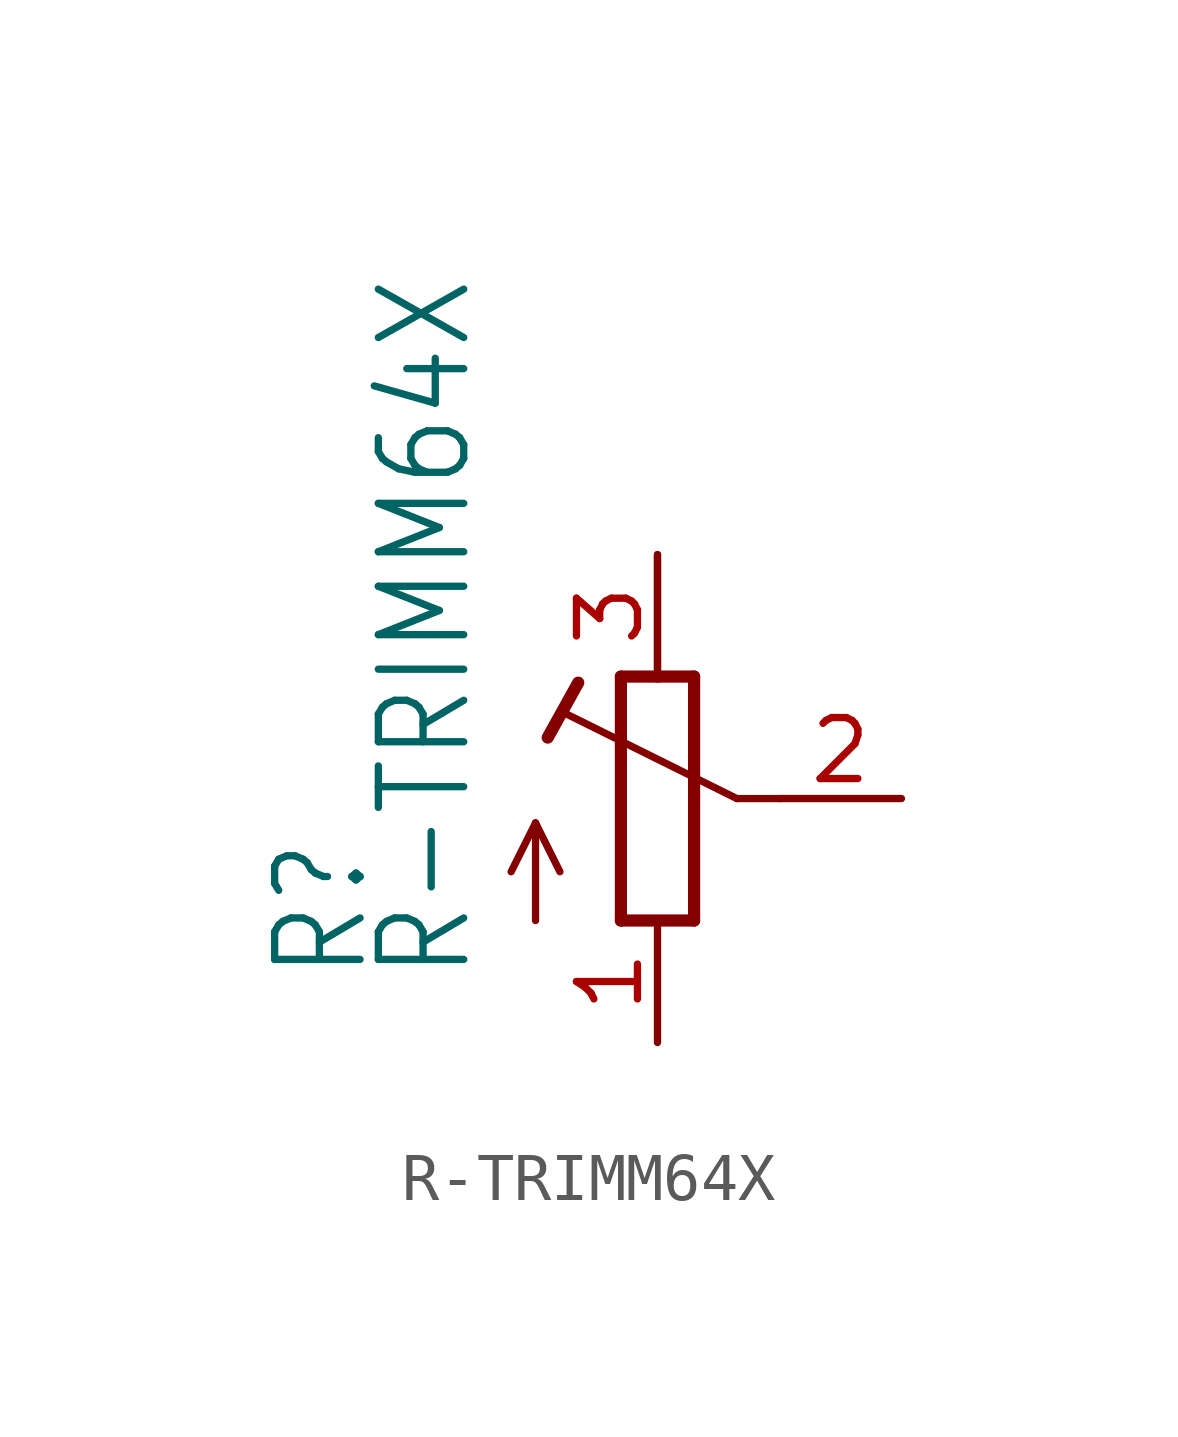
<source format=kicad_sym>
(kicad_symbol_lib
  (version 20220331)
  (generator kicad_symbol_editor)
  (symbol "R-TRIMM64X"
    (property "Reference" "R"
      (at -5.969 -3.81 90)
      (effects (font (size 1.778 1.511)) (justify left bottom)))
    (property "Value" "R-TRIMM64X"
      (at -3.81 -3.81 90)
      (effects (font (size 1.778 1.511)) (justify left bottom)))
    (property "ki_locked" ""
      (at 0 0 0)
      (effects (font (size 1.27 1.27))))
    (symbol "R-TRIMM64X_1_0"
      (polyline (pts (xy -2.54 -2.54) (xy -2.54 -0.508)) (stroke (width 0.152) (type solid)) (fill (type none)))
      (polyline (pts (xy -2.54 -0.508) (xy -3.048 -1.524)) (stroke (width 0.152) (type solid)) (fill (type none)))
      (polyline (pts (xy -2.54 -0.508) (xy -2.032 -1.524)) (stroke (width 0.152) (type solid)) (fill (type none)))
      (polyline (pts (xy -2.286 1.27) (xy -1.651 2.413)) (stroke (width 0.254) (type solid)) (fill (type none)))
      (polyline (pts (xy -0.762 -2.54) (xy 0.762 -2.54)) (stroke (width 0.254) (type solid)) (fill (type none)))
      (polyline (pts (xy -0.762 2.54) (xy -0.762 -2.54)) (stroke (width 0.254) (type solid)) (fill (type none)))
      (polyline (pts (xy 0 2.54) (xy -0.762 2.54)) (stroke (width 0.254) (type solid)) (fill (type none)))
      (polyline (pts (xy 0 2.54) (xy 0 5.08)) (stroke (width 0.152) (type solid)) (fill (type none)))
      (polyline (pts (xy 0.762 -2.54) (xy 0.762 2.54)) (stroke (width 0.254) (type solid)) (fill (type none)))
      (polyline (pts (xy 0.762 2.54) (xy 0 2.54)) (stroke (width 0.254) (type solid)) (fill (type none)))
      (polyline (pts (xy 1.651 0) (xy -1.88 1.753)) (stroke (width 0.152) (type solid)) (fill (type none)))
      (polyline (pts (xy 2.54 0) (xy 1.651 0)) (stroke (width 0.152) (type solid)) (fill (type none)))
      (pin passive line (at 0 -5.08 90) (length 2.54) (name "E" (effects (font (size 0 0)))) (number "1" (effects (font (size 1.27 1.27)))))
      (pin passive line (at 5.08 0 180) (length 2.54) (name "S" (effects (font (size 0 0)))) (number "2" (effects (font (size 1.27 1.27)))))
      (pin passive line (at 0 5.08 270) (length 2.54) (name "A" (effects (font (size 0 0)))) (number "3" (effects (font (size 1.27 1.27))))))))
</source>
